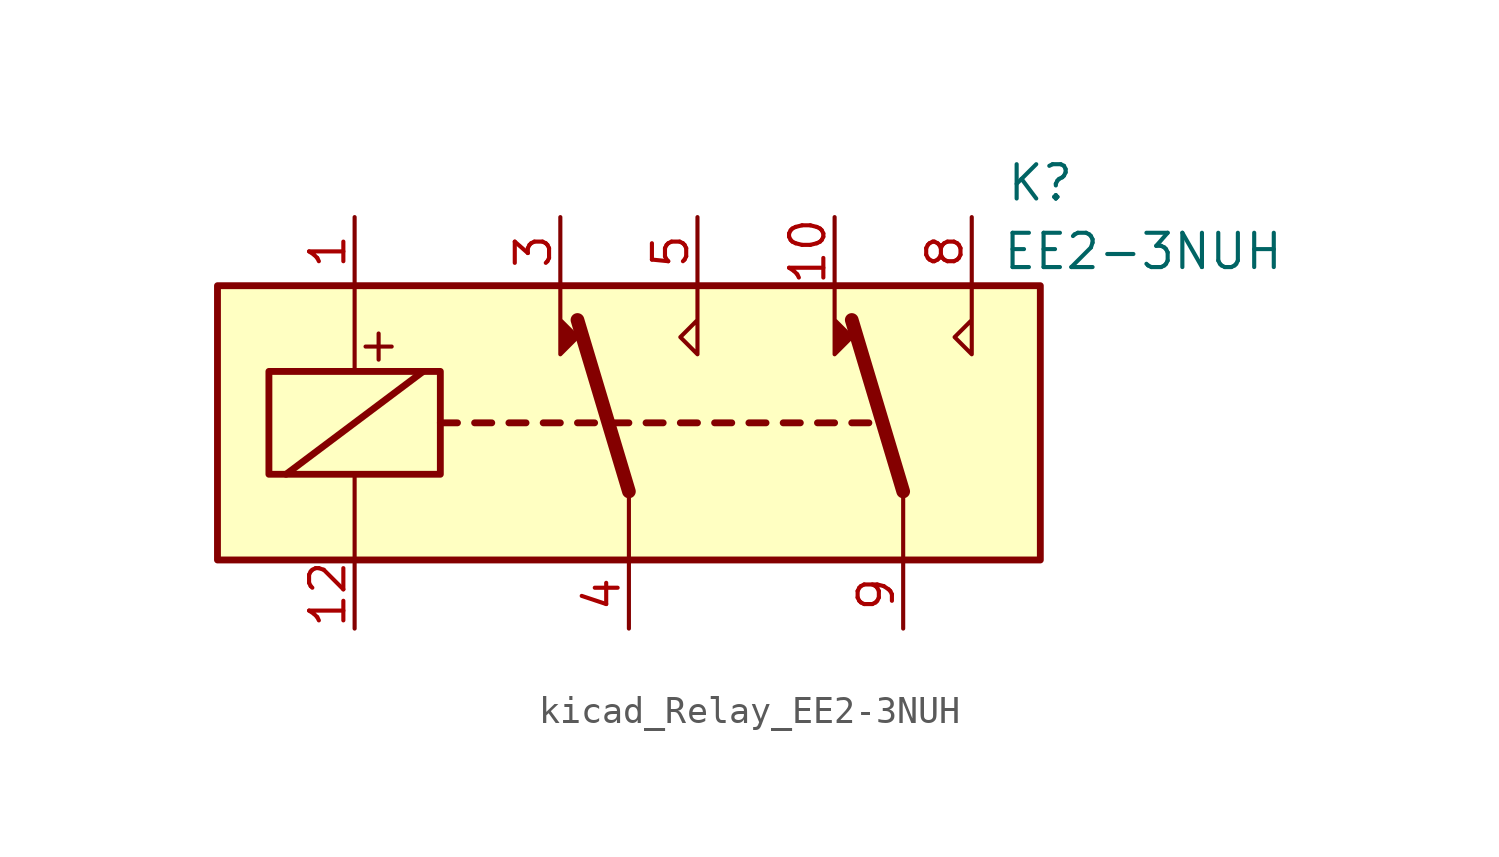
<source format=kicad_sym>
(kicad_symbol_lib
  (version 20220914)
  (generator kicad_symbol_editor)
  (symbol "kicad_Relay_EE2-3NUH"
    (property "Reference" "K"
      (at 15.24 8.89 0)
      (effects (font (size 1.27 1.27))))
    (property "Value" "EE2-3NUH"
      (at 19.05 6.35 0)
      (effects (font (size 1.27 1.27))))
    (symbol "kicad_Relay_EE2-3NUH_1_1"
      (rectangle (start -15.24 5.08) (end 15.24 -5.08) (stroke (width 0.254) (type default)) (fill (type background)))
      (rectangle (start -13.335 1.905) (end -6.985 -1.905) (stroke (width 0.254) (type default)) (fill (type none)))
      (polyline (pts (xy -12.7 -1.905) (xy -7.62 1.905)) (stroke (width 0.254) (type default)) (fill (type none)))
      (polyline (pts (xy -10.16 -5.08) (xy -10.16 -1.905)) (stroke (width 0) (type default)) (fill (type none)))
      (polyline (pts (xy -10.16 5.08) (xy -10.16 1.905)) (stroke (width 0) (type default)) (fill (type none)))
      (polyline (pts (xy -6.985 0) (xy -6.35 0)) (stroke (width 0.254) (type default)) (fill (type none)))
      (polyline (pts (xy -5.715 0) (xy -5.08 0)) (stroke (width 0.254) (type default)) (fill (type none)))
      (polyline (pts (xy -4.445 0) (xy -3.81 0)) (stroke (width 0.254) (type default)) (fill (type none)))
      (polyline (pts (xy -3.175 0) (xy -2.54 0)) (stroke (width 0.254) (type default)) (fill (type none)))
      (polyline (pts (xy -1.905 0) (xy -1.27 0)) (stroke (width 0.254) (type default)) (fill (type none)))
      (polyline (pts (xy -0.635 0) (xy 0 0)) (stroke (width 0.254) (type default)) (fill (type none)))
      (polyline (pts (xy 0 -2.54) (xy -1.905 3.81)) (stroke (width 0.508) (type default)) (fill (type none)))
      (polyline (pts (xy 0 -2.54) (xy 0 -5.08)) (stroke (width 0) (type default)) (fill (type none)))
      (polyline (pts (xy 0.635 0) (xy 1.27 0)) (stroke (width 0.254) (type default)) (fill (type none)))
      (polyline (pts (xy 1.905 0) (xy 2.54 0)) (stroke (width 0.254) (type default)) (fill (type none)))
      (polyline (pts (xy 3.175 0) (xy 3.81 0)) (stroke (width 0.254) (type default)) (fill (type none)))
      (polyline (pts (xy 4.445 0) (xy 5.08 0)) (stroke (width 0.254) (type default)) (fill (type none)))
      (polyline (pts (xy 5.715 0) (xy 6.35 0)) (stroke (width 0.254) (type default)) (fill (type none)))
      (polyline (pts (xy 6.985 0) (xy 7.62 0)) (stroke (width 0.254) (type default)) (fill (type none)))
      (polyline (pts (xy 8.255 0) (xy 8.89 0)) (stroke (width 0.254) (type default)) (fill (type none)))
      (polyline (pts (xy 10.16 -2.54) (xy 8.255 3.81)) (stroke (width 0.508) (type default)) (fill (type none)))
      (polyline (pts (xy 10.16 -2.54) (xy 10.16 -5.08)) (stroke (width 0) (type default)) (fill (type none)))
      (polyline (pts (xy -2.54 5.08) (xy -2.54 2.54) (xy -1.905 3.175) (xy -2.54 3.81)) (stroke (width 0) (type default)) (fill (type outline)))
      (polyline (pts (xy 2.54 5.08) (xy 2.54 2.54) (xy 1.905 3.175) (xy 2.54 3.81)) (stroke (width 0) (type default)) (fill (type none)))
      (polyline (pts (xy 7.62 5.08) (xy 7.62 2.54) (xy 8.255 3.175) (xy 7.62 3.81)) (stroke (width 0) (type default)) (fill (type outline)))
      (polyline (pts (xy 12.7 5.08) (xy 12.7 2.54) (xy 12.065 3.175) (xy 12.7 3.81)) (stroke (width 0) (type default)) (fill (type none)))
      (text "+" (at -9.271 2.921 0) (effects (font (size 1.27 1.27))))
      (pin passive line (at -10.16 7.62 270) (length 2.54) (name "~" (effects (font (size 1.27 1.27)))) (number "1" (effects (font (size 1.27 1.27)))))
      (pin passive line (at 7.62 7.62 270) (length 2.54) (name "~" (effects (font (size 1.27 1.27)))) (number "10" (effects (font (size 1.27 1.27)))))
      (pin passive line (at -10.16 -7.62 90) (length 2.54) (name "~" (effects (font (size 1.27 1.27)))) (number "12" (effects (font (size 1.27 1.27)))))
      (pin passive line (at -2.54 7.62 270) (length 2.54) (name "~" (effects (font (size 1.27 1.27)))) (number "3" (effects (font (size 1.27 1.27)))))
      (pin passive line (at 0 -7.62 90) (length 2.54) (name "~" (effects (font (size 1.27 1.27)))) (number "4" (effects (font (size 1.27 1.27)))))
      (pin passive line (at 2.54 7.62 270) (length 2.54) (name "~" (effects (font (size 1.27 1.27)))) (number "5" (effects (font (size 1.27 1.27)))))
      (pin passive line (at 12.7 7.62 270) (length 2.54) (name "~" (effects (font (size 1.27 1.27)))) (number "8" (effects (font (size 1.27 1.27)))))
      (pin passive line (at 10.16 -7.62 90) (length 2.54) (name "~" (effects (font (size 1.27 1.27)))) (number "9" (effects (font (size 1.27 1.27))))))))
</source>
